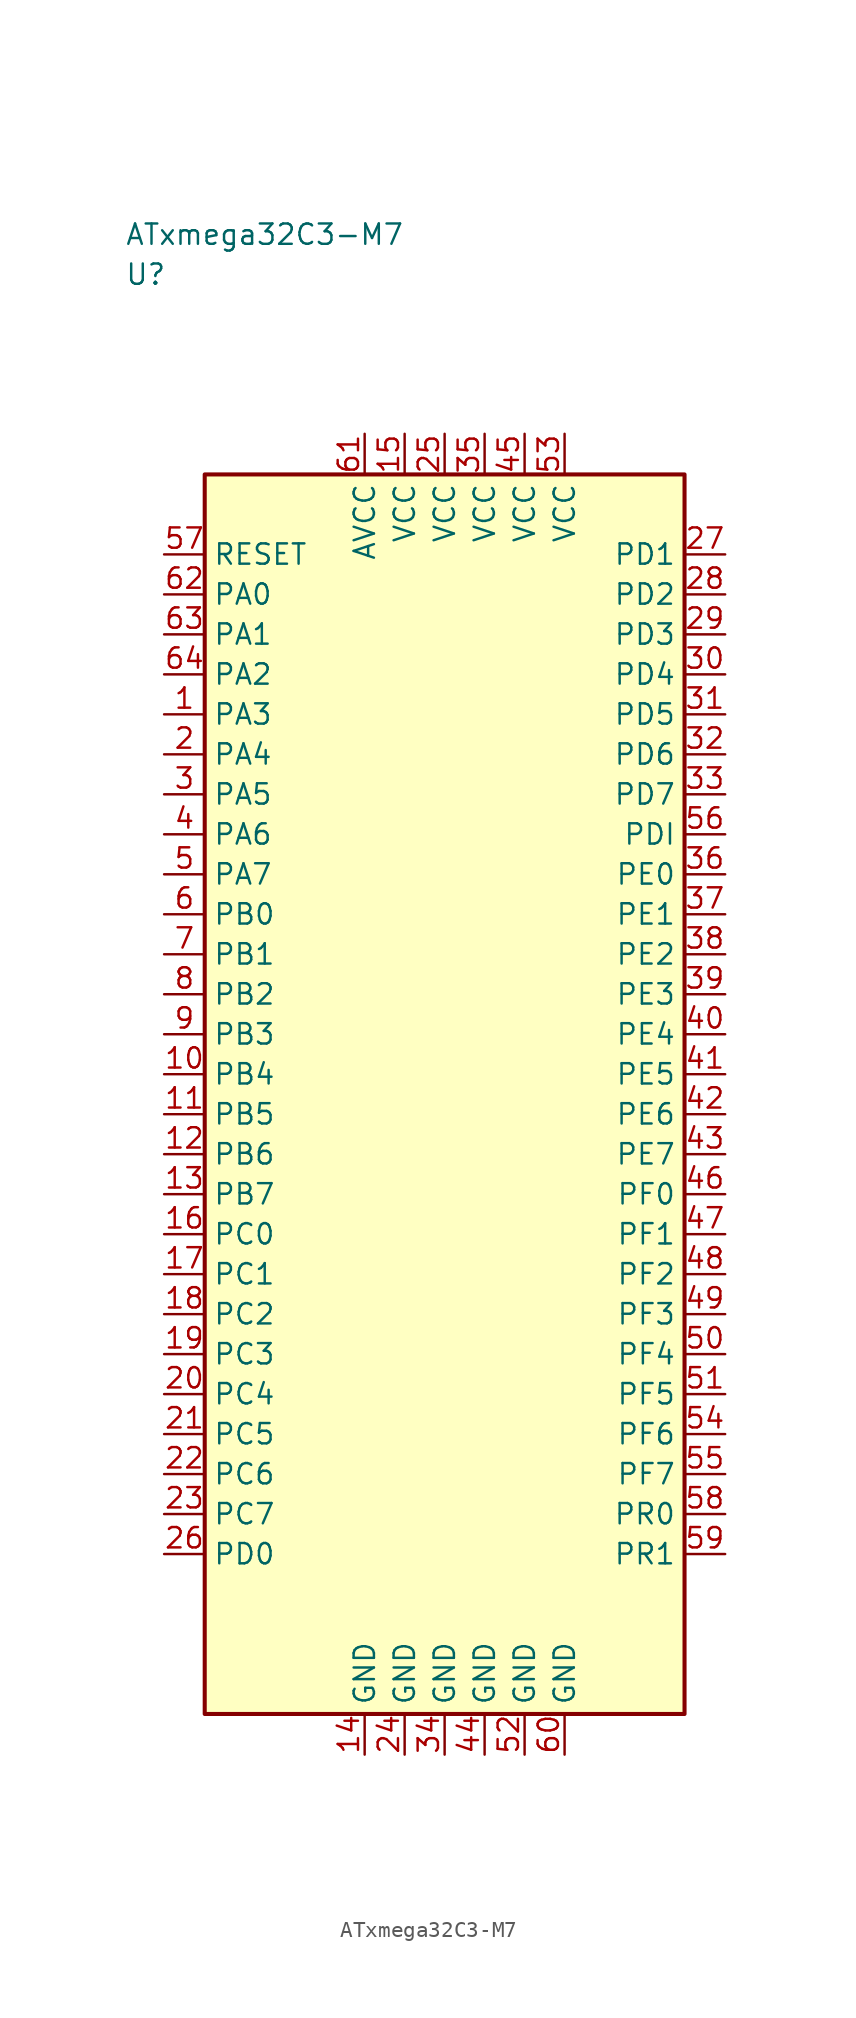
<source format=kicad_sym>
(kicad_symbol_lib
  (version 20241025)
  (generator "kicad_symbol_editor")
  (generator_version "8.0")
  (symbol "ATxmega32C3-M7"
    (property "Reference" "U"
      (at -20.0 51.25 0)
      (effects (font (size 1.27 1.27)) (justify left)))
    (property "Value" "ATxmega32C3-M7"
      (at -20.0 53.75 0)
      (effects (font (size 1.27 1.27)) (justify left)))
    (symbol "ATxmega32C3-M7_0_1"
      (rectangle (start -15.0 38.75) (end 15.0 -38.75) (stroke (width 0.254) (type default)) (fill (type background))))
    (symbol "ATxmega32C3-M7_1_1"
      (pin bidirectional line (at -17.54 23.75 0.0) (length 2.54) (name "PA3" (effects (font (size 1.27 1.27)))) (number "1" (effects (font (size 1.27 1.27)))))
      (pin bidirectional line (at -17.54 21.25 0.0) (length 2.54) (name "PA4" (effects (font (size 1.27 1.27)))) (number "2" (effects (font (size 1.27 1.27)))))
      (pin bidirectional line (at -17.54 18.75 0.0) (length 2.54) (name "PA5" (effects (font (size 1.27 1.27)))) (number "3" (effects (font (size 1.27 1.27)))))
      (pin bidirectional line (at -17.54 16.25 0.0) (length 2.54) (name "PA6" (effects (font (size 1.27 1.27)))) (number "4" (effects (font (size 1.27 1.27)))))
      (pin bidirectional line (at -17.54 13.75 0.0) (length 2.54) (name "PA7" (effects (font (size 1.27 1.27)))) (number "5" (effects (font (size 1.27 1.27)))))
      (pin bidirectional line (at -17.54 11.25 0.0) (length 2.54) (name "PB0" (effects (font (size 1.27 1.27)))) (number "6" (effects (font (size 1.27 1.27)))))
      (pin bidirectional line (at -17.54 8.75 0.0) (length 2.54) (name "PB1" (effects (font (size 1.27 1.27)))) (number "7" (effects (font (size 1.27 1.27)))))
      (pin bidirectional line (at -17.54 6.25 0.0) (length 2.54) (name "PB2" (effects (font (size 1.27 1.27)))) (number "8" (effects (font (size 1.27 1.27)))))
      (pin bidirectional line (at -17.54 3.75 0.0) (length 2.54) (name "PB3" (effects (font (size 1.27 1.27)))) (number "9" (effects (font (size 1.27 1.27)))))
      (pin bidirectional line (at -17.54 1.25 0.0) (length 2.54) (name "PB4" (effects (font (size 1.27 1.27)))) (number "10" (effects (font (size 1.27 1.27)))))
      (pin bidirectional line (at -17.54 -1.25 0.0) (length 2.54) (name "PB5" (effects (font (size 1.27 1.27)))) (number "11" (effects (font (size 1.27 1.27)))))
      (pin bidirectional line (at -17.54 -3.75 0.0) (length 2.54) (name "PB6" (effects (font (size 1.27 1.27)))) (number "12" (effects (font (size 1.27 1.27)))))
      (pin bidirectional line (at -17.54 -6.25 0.0) (length 2.54) (name "PB7" (effects (font (size 1.27 1.27)))) (number "13" (effects (font (size 1.27 1.27)))))
      (pin passive line (at -5.0 -41.29 90.0) (length 2.54) (name "GND" (effects (font (size 1.27 1.27)))) (number "14" (effects (font (size 1.27 1.27)))))
      (pin power_in line (at -2.5 41.29 270.0) (length 2.54) (name "VCC" (effects (font (size 1.27 1.27)))) (number "15" (effects (font (size 1.27 1.27)))))
      (pin bidirectional line (at -17.54 -8.75 0.0) (length 2.54) (name "PC0" (effects (font (size 1.27 1.27)))) (number "16" (effects (font (size 1.27 1.27)))))
      (pin bidirectional line (at -17.54 -11.25 0.0) (length 2.54) (name "PC1" (effects (font (size 1.27 1.27)))) (number "17" (effects (font (size 1.27 1.27)))))
      (pin bidirectional line (at -17.54 -13.75 0.0) (length 2.54) (name "PC2" (effects (font (size 1.27 1.27)))) (number "18" (effects (font (size 1.27 1.27)))))
      (pin bidirectional line (at -17.54 -16.25 0.0) (length 2.54) (name "PC3" (effects (font (size 1.27 1.27)))) (number "19" (effects (font (size 1.27 1.27)))))
      (pin bidirectional line (at -17.54 -18.75 0.0) (length 2.54) (name "PC4" (effects (font (size 1.27 1.27)))) (number "20" (effects (font (size 1.27 1.27)))))
      (pin bidirectional line (at -17.54 -21.25 0.0) (length 2.54) (name "PC5" (effects (font (size 1.27 1.27)))) (number "21" (effects (font (size 1.27 1.27)))))
      (pin bidirectional line (at -17.54 -23.75 0.0) (length 2.54) (name "PC6" (effects (font (size 1.27 1.27)))) (number "22" (effects (font (size 1.27 1.27)))))
      (pin bidirectional line (at -17.54 -26.25 0.0) (length 2.54) (name "PC7" (effects (font (size 1.27 1.27)))) (number "23" (effects (font (size 1.27 1.27)))))
      (pin passive line (at -2.5 -41.29 90.0) (length 2.54) (name "GND" (effects (font (size 1.27 1.27)))) (number "24" (effects (font (size 1.27 1.27)))))
      (pin power_in line (at 0.0 41.29 270.0) (length 2.54) (name "VCC" (effects (font (size 1.27 1.27)))) (number "25" (effects (font (size 1.27 1.27)))))
      (pin bidirectional line (at -17.54 -28.75 0.0) (length 2.54) (name "PD0" (effects (font (size 1.27 1.27)))) (number "26" (effects (font (size 1.27 1.27)))))
      (pin bidirectional line (at 17.54 33.75 180.0) (length 2.54) (name "PD1" (effects (font (size 1.27 1.27)))) (number "27" (effects (font (size 1.27 1.27)))))
      (pin bidirectional line (at 17.54 31.25 180.0) (length 2.54) (name "PD2" (effects (font (size 1.27 1.27)))) (number "28" (effects (font (size 1.27 1.27)))))
      (pin bidirectional line (at 17.54 28.75 180.0) (length 2.54) (name "PD3" (effects (font (size 1.27 1.27)))) (number "29" (effects (font (size 1.27 1.27)))))
      (pin bidirectional line (at 17.54 26.25 180.0) (length 2.54) (name "PD4" (effects (font (size 1.27 1.27)))) (number "30" (effects (font (size 1.27 1.27)))))
      (pin bidirectional line (at 17.54 23.75 180.0) (length 2.54) (name "PD5" (effects (font (size 1.27 1.27)))) (number "31" (effects (font (size 1.27 1.27)))))
      (pin bidirectional line (at 17.54 21.25 180.0) (length 2.54) (name "PD6" (effects (font (size 1.27 1.27)))) (number "32" (effects (font (size 1.27 1.27)))))
      (pin bidirectional line (at 17.54 18.75 180.0) (length 2.54) (name "PD7" (effects (font (size 1.27 1.27)))) (number "33" (effects (font (size 1.27 1.27)))))
      (pin passive line (at 0.0 -41.29 90.0) (length 2.54) (name "GND" (effects (font (size 1.27 1.27)))) (number "34" (effects (font (size 1.27 1.27)))))
      (pin power_in line (at 2.5 41.29 270.0) (length 2.54) (name "VCC" (effects (font (size 1.27 1.27)))) (number "35" (effects (font (size 1.27 1.27)))))
      (pin bidirectional line (at 17.54 13.75 180.0) (length 2.54) (name "PE0" (effects (font (size 1.27 1.27)))) (number "36" (effects (font (size 1.27 1.27)))))
      (pin bidirectional line (at 17.54 11.25 180.0) (length 2.54) (name "PE1" (effects (font (size 1.27 1.27)))) (number "37" (effects (font (size 1.27 1.27)))))
      (pin bidirectional line (at 17.54 8.75 180.0) (length 2.54) (name "PE2" (effects (font (size 1.27 1.27)))) (number "38" (effects (font (size 1.27 1.27)))))
      (pin bidirectional line (at 17.54 6.25 180.0) (length 2.54) (name "PE3" (effects (font (size 1.27 1.27)))) (number "39" (effects (font (size 1.27 1.27)))))
      (pin bidirectional line (at 17.54 3.75 180.0) (length 2.54) (name "PE4" (effects (font (size 1.27 1.27)))) (number "40" (effects (font (size 1.27 1.27)))))
      (pin bidirectional line (at 17.54 1.25 180.0) (length 2.54) (name "PE5" (effects (font (size 1.27 1.27)))) (number "41" (effects (font (size 1.27 1.27)))))
      (pin bidirectional line (at 17.54 -1.25 180.0) (length 2.54) (name "PE6" (effects (font (size 1.27 1.27)))) (number "42" (effects (font (size 1.27 1.27)))))
      (pin bidirectional line (at 17.54 -3.75 180.0) (length 2.54) (name "PE7" (effects (font (size 1.27 1.27)))) (number "43" (effects (font (size 1.27 1.27)))))
      (pin passive line (at 2.5 -41.29 90.0) (length 2.54) (name "GND" (effects (font (size 1.27 1.27)))) (number "44" (effects (font (size 1.27 1.27)))))
      (pin power_in line (at 5.0 41.29 270.0) (length 2.54) (name "VCC" (effects (font (size 1.27 1.27)))) (number "45" (effects (font (size 1.27 1.27)))))
      (pin bidirectional line (at 17.54 -6.25 180.0) (length 2.54) (name "PF0" (effects (font (size 1.27 1.27)))) (number "46" (effects (font (size 1.27 1.27)))))
      (pin bidirectional line (at 17.54 -8.75 180.0) (length 2.54) (name "PF1" (effects (font (size 1.27 1.27)))) (number "47" (effects (font (size 1.27 1.27)))))
      (pin bidirectional line (at 17.54 -11.25 180.0) (length 2.54) (name "PF2" (effects (font (size 1.27 1.27)))) (number "48" (effects (font (size 1.27 1.27)))))
      (pin bidirectional line (at 17.54 -13.75 180.0) (length 2.54) (name "PF3" (effects (font (size 1.27 1.27)))) (number "49" (effects (font (size 1.27 1.27)))))
      (pin bidirectional line (at 17.54 -16.25 180.0) (length 2.54) (name "PF4" (effects (font (size 1.27 1.27)))) (number "50" (effects (font (size 1.27 1.27)))))
      (pin bidirectional line (at 17.54 -18.75 180.0) (length 2.54) (name "PF5" (effects (font (size 1.27 1.27)))) (number "51" (effects (font (size 1.27 1.27)))))
      (pin passive line (at 5.0 -41.29 90.0) (length 2.54) (name "GND" (effects (font (size 1.27 1.27)))) (number "52" (effects (font (size 1.27 1.27)))))
      (pin power_in line (at 7.5 41.29 270.0) (length 2.54) (name "VCC" (effects (font (size 1.27 1.27)))) (number "53" (effects (font (size 1.27 1.27)))))
      (pin bidirectional line (at 17.54 -21.25 180.0) (length 2.54) (name "PF6" (effects (font (size 1.27 1.27)))) (number "54" (effects (font (size 1.27 1.27)))))
      (pin bidirectional line (at 17.54 -23.75 180.0) (length 2.54) (name "PF7" (effects (font (size 1.27 1.27)))) (number "55" (effects (font (size 1.27 1.27)))))
      (pin bidirectional line (at 17.54 16.25 180.0) (length 2.54) (name "PDI" (effects (font (size 1.27 1.27)))) (number "56" (effects (font (size 1.27 1.27)))))
      (pin input line (at -17.54 33.75 0.0) (length 2.54) (name "RESET" (effects (font (size 1.27 1.27)))) (number "57" (effects (font (size 1.27 1.27)))))
      (pin bidirectional line (at 17.54 -26.25 180.0) (length 2.54) (name "PR0" (effects (font (size 1.27 1.27)))) (number "58" (effects (font (size 1.27 1.27)))))
      (pin bidirectional line (at 17.54 -28.75 180.0) (length 2.54) (name "PR1" (effects (font (size 1.27 1.27)))) (number "59" (effects (font (size 1.27 1.27)))))
      (pin passive line (at 7.5 -41.29 90.0) (length 2.54) (name "GND" (effects (font (size 1.27 1.27)))) (number "60" (effects (font (size 1.27 1.27)))))
      (pin power_in line (at -5.0 41.29 270.0) (length 2.54) (name "AVCC" (effects (font (size 1.27 1.27)))) (number "61" (effects (font (size 1.27 1.27)))))
      (pin bidirectional line (at -17.54 31.25 0.0) (length 2.54) (name "PA0" (effects (font (size 1.27 1.27)))) (number "62" (effects (font (size 1.27 1.27)))))
      (pin bidirectional line (at -17.54 28.75 0.0) (length 2.54) (name "PA1" (effects (font (size 1.27 1.27)))) (number "63" (effects (font (size 1.27 1.27)))))
      (pin bidirectional line (at -17.54 26.25 0.0) (length 2.54) (name "PA2" (effects (font (size 1.27 1.27)))) (number "64" (effects (font (size 1.27 1.27))))))))
</source>
